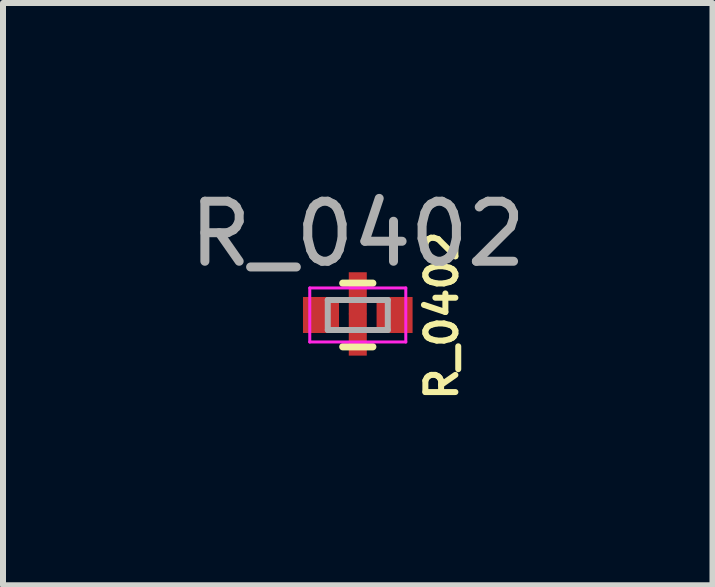
<source format=kicad_pcb>
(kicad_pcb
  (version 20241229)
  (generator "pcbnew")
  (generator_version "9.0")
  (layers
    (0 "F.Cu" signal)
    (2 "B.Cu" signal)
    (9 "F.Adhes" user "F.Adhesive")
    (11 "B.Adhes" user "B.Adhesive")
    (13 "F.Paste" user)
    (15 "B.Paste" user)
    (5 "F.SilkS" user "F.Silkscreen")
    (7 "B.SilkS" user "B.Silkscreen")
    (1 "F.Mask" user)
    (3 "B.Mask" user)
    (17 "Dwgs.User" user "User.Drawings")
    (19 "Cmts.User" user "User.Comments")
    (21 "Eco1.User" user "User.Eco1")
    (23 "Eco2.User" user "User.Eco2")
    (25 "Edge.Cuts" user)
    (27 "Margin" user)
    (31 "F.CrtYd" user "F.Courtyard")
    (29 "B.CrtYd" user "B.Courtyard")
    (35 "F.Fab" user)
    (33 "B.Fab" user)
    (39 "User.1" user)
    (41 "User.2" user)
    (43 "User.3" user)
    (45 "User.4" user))
  (footprint "R_0402"
    (layer "F.Cu")
    (at 2.911 2.198)
    (property "Reference" "R_0402" (at 1.4 0.01 90) (layer "F.SilkS") (effects (font (size 0.5 0.5) (thickness 0.1))))
    (attr smd)
    (fp_line (start -0.25 0.53) (end 0.25 0.53) (stroke (width 0.12) (type solid)) (layer "F.SilkS"))
    (fp_line (start 0.25 -0.53) (end -0.25 -0.53) (stroke (width 0.12) (type solid)) (layer "F.SilkS"))
    (fp_line (start -0.8 -0.45) (end -0.8 0.45) (stroke (width 0.05) (type solid)) (layer "F.CrtYd"))
    (fp_line (start -0.8 -0.45) (end 0.8 -0.45) (stroke (width 0.05) (type solid)) (layer "F.CrtYd"))
    (fp_line (start 0.8 0.45) (end -0.8 0.45) (stroke (width 0.05) (type solid)) (layer "F.CrtYd"))
    (fp_line (start 0.8 0.45) (end 0.8 -0.45) (stroke (width 0.05) (type solid)) (layer "F.CrtYd"))
    (fp_line (start -0.5 -0.25) (end 0.5 -0.25) (stroke (width 0.1) (type solid)) (layer "F.Fab"))
    (fp_line (start -0.5 0.25) (end -0.5 -0.25) (stroke (width 0.1) (type solid)) (layer "F.Fab"))
    (fp_line (start 0.5 -0.25) (end 0.5 0.25) (stroke (width 0.1) (type solid)) (layer "F.Fab"))
    (fp_line (start 0.5 0.25) (end -0.5 0.25) (stroke (width 0.1) (type solid)) (layer "F.Fab"))
    (fp_text user "${REFERENCE}" (at 0 -1.35 0) (layer "F.Fab") (effects (font (size 1 1) (thickness 0.15))))
    (pad "1" smd rect (at 0 0.327) (size 0.3 0.7) (layers "F.Cu" "F.Mask" "F.Paste"))
    (pad "2" smd rect (at -0.613 0) (size 0.6 0.6) (layers "F.Cu" "F.Mask" "F.Paste"))
    (pad "3" smd rect (at 0 -0.362) (size 0.3 0.7) (layers "F.Cu" "F.Mask" "F.Paste"))
    (pad "4" smd rect (at 0.613 0) (size 0.6 0.6) (layers "F.Cu" "F.Mask" "F.Paste")))
  (gr_rect
    (start -3 -3)
    (end 8.821 6.701)
    (stroke (width 0.1) (type default))
    (fill no)
    (layer "Edge.Cuts")))
</source>
